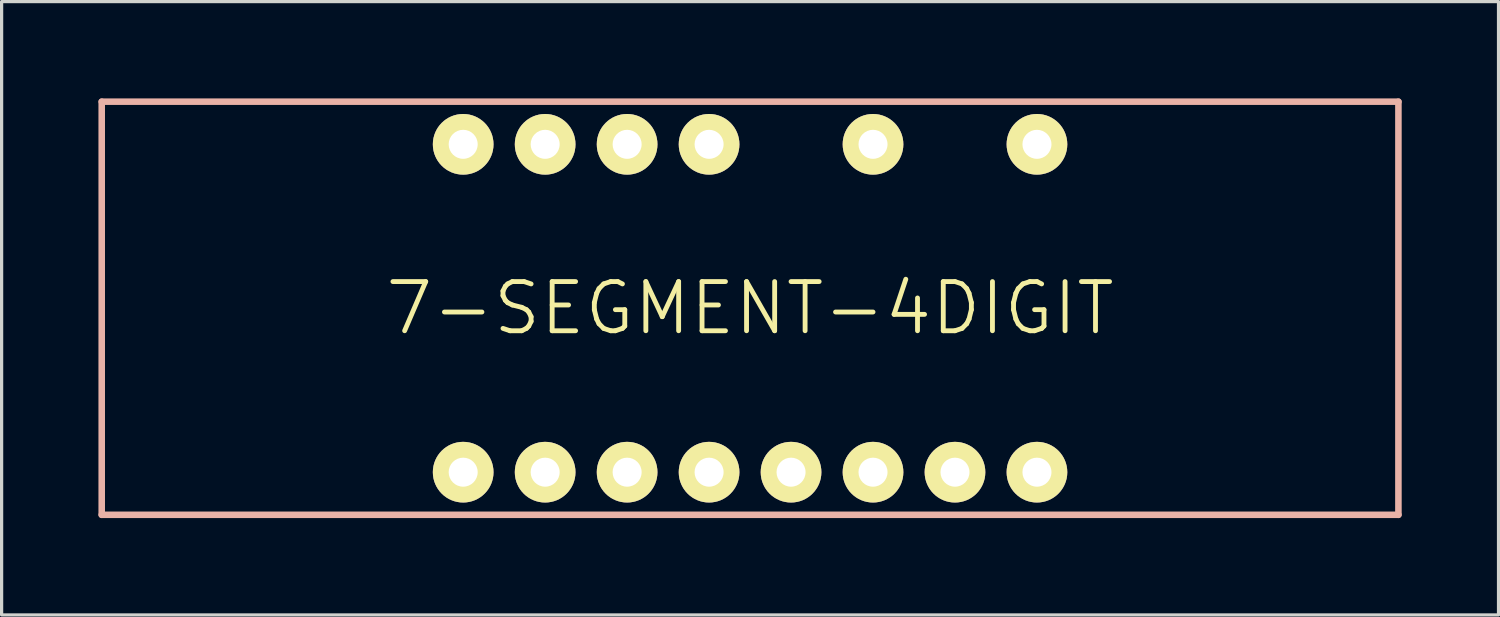
<source format=kicad_pcb>
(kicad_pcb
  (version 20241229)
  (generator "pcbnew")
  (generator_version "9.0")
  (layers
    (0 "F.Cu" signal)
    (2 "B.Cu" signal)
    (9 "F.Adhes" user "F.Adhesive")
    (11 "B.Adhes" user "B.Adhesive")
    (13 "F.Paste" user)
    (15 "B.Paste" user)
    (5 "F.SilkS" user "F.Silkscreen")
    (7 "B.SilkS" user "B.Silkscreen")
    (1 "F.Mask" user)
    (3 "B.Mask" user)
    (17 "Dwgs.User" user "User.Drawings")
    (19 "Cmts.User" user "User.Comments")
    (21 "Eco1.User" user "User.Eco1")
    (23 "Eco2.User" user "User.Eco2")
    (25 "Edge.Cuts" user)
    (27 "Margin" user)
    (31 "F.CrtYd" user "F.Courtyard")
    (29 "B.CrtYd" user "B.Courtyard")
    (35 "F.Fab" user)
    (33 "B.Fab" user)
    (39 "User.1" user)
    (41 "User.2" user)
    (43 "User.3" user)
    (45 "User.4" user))
  (footprint "7-SEGMENT-4DIGIT"
    (layer "F.Cu")
    (at 20.193 6.502)
    (property "Reference" "7-SEGMENT-4DIGIT" (at 0 0 0) (layer "F.SilkS") (effects (font (size 1.524 1.524) (thickness 0.15))))
    (attr exclude_from_pos_files exclude_from_bom)
    (fp_line (start -20.091 -6.401) (end 20.091 -6.401) (stroke (width 0.203) (type solid)) (layer "B.SilkS"))
    (fp_line (start -20.091 6.401) (end -20.091 -6.401) (stroke (width 0.203) (type solid)) (layer "B.SilkS"))
    (fp_line (start 20.091 -6.401) (end 20.091 6.401) (stroke (width 0.203) (type solid)) (layer "B.SilkS"))
    (fp_line (start 20.091 6.401) (end -20.091 6.401) (stroke (width 0.203) (type solid)) (layer "B.SilkS"))
    (pad "1" thru_hole circle (at -8.89 5.08) (size 1.88 1.88) (drill 0.899) (layers "*.Cu" "F.Mask" "F.SilkS" "F.Paste"))
    (pad "2" thru_hole circle (at -6.35 5.08) (size 1.88 1.88) (drill 0.899) (layers "*.Cu" "F.Mask" "F.SilkS" "F.Paste"))
    (pad "3" thru_hole circle (at -3.81 5.08) (size 1.88 1.88) (drill 0.899) (layers "*.Cu" "F.Mask" "F.SilkS" "F.Paste"))
    (pad "4" thru_hole circle (at -1.27 5.08) (size 1.88 1.88) (drill 0.899) (layers "*.Cu" "F.Mask" "F.SilkS" "F.Paste"))
    (pad "5" thru_hole circle (at 1.27 5.08) (size 1.88 1.88) (drill 0.899) (layers "*.Cu" "F.Mask" "F.SilkS" "F.Paste"))
    (pad "6" thru_hole circle (at 3.81 5.08) (size 1.88 1.88) (drill 0.899) (layers "*.Cu" "F.Mask" "F.SilkS" "F.Paste"))
    (pad "7" thru_hole circle (at 6.35 5.08) (size 1.88 1.88) (drill 0.899) (layers "*.Cu" "F.Mask" "F.SilkS" "F.Paste"))
    (pad "8" thru_hole circle (at 8.89 5.08) (size 1.88 1.88) (drill 0.899) (layers "*.Cu" "F.Mask" "F.SilkS" "F.Paste"))
    (pad "9" thru_hole circle (at 8.89 -5.08) (size 1.88 1.88) (drill 0.899) (layers "*.Cu" "F.Mask" "F.SilkS" "F.Paste"))
    (pad "11" thru_hole circle (at 3.81 -5.08) (size 1.88 1.88) (drill 0.899) (layers "*.Cu" "F.Mask" "F.SilkS" "F.Paste"))
    (pad "13" thru_hole circle (at -1.27 -5.08) (size 1.88 1.88) (drill 0.899) (layers "*.Cu" "F.Mask" "F.SilkS" "F.Paste"))
    (pad "14" thru_hole circle (at -3.81 -5.08) (size 1.88 1.88) (drill 0.899) (layers "*.Cu" "F.Mask" "F.SilkS" "F.Paste"))
    (pad "15" thru_hole circle (at -6.35 -5.08) (size 1.88 1.88) (drill 0.899) (layers "*.Cu" "F.Mask" "F.SilkS" "F.Paste"))
    (pad "16" thru_hole circle (at -8.89 -5.08) (size 1.88 1.88) (drill 0.899) (layers "*.Cu" "F.Mask" "F.SilkS" "F.Paste")))
  (gr_rect
    (start -3 -3)
    (end 43.386 16.005)
    (stroke (width 0.1) (type default))
    (fill no)
    (layer "Edge.Cuts")))
</source>
